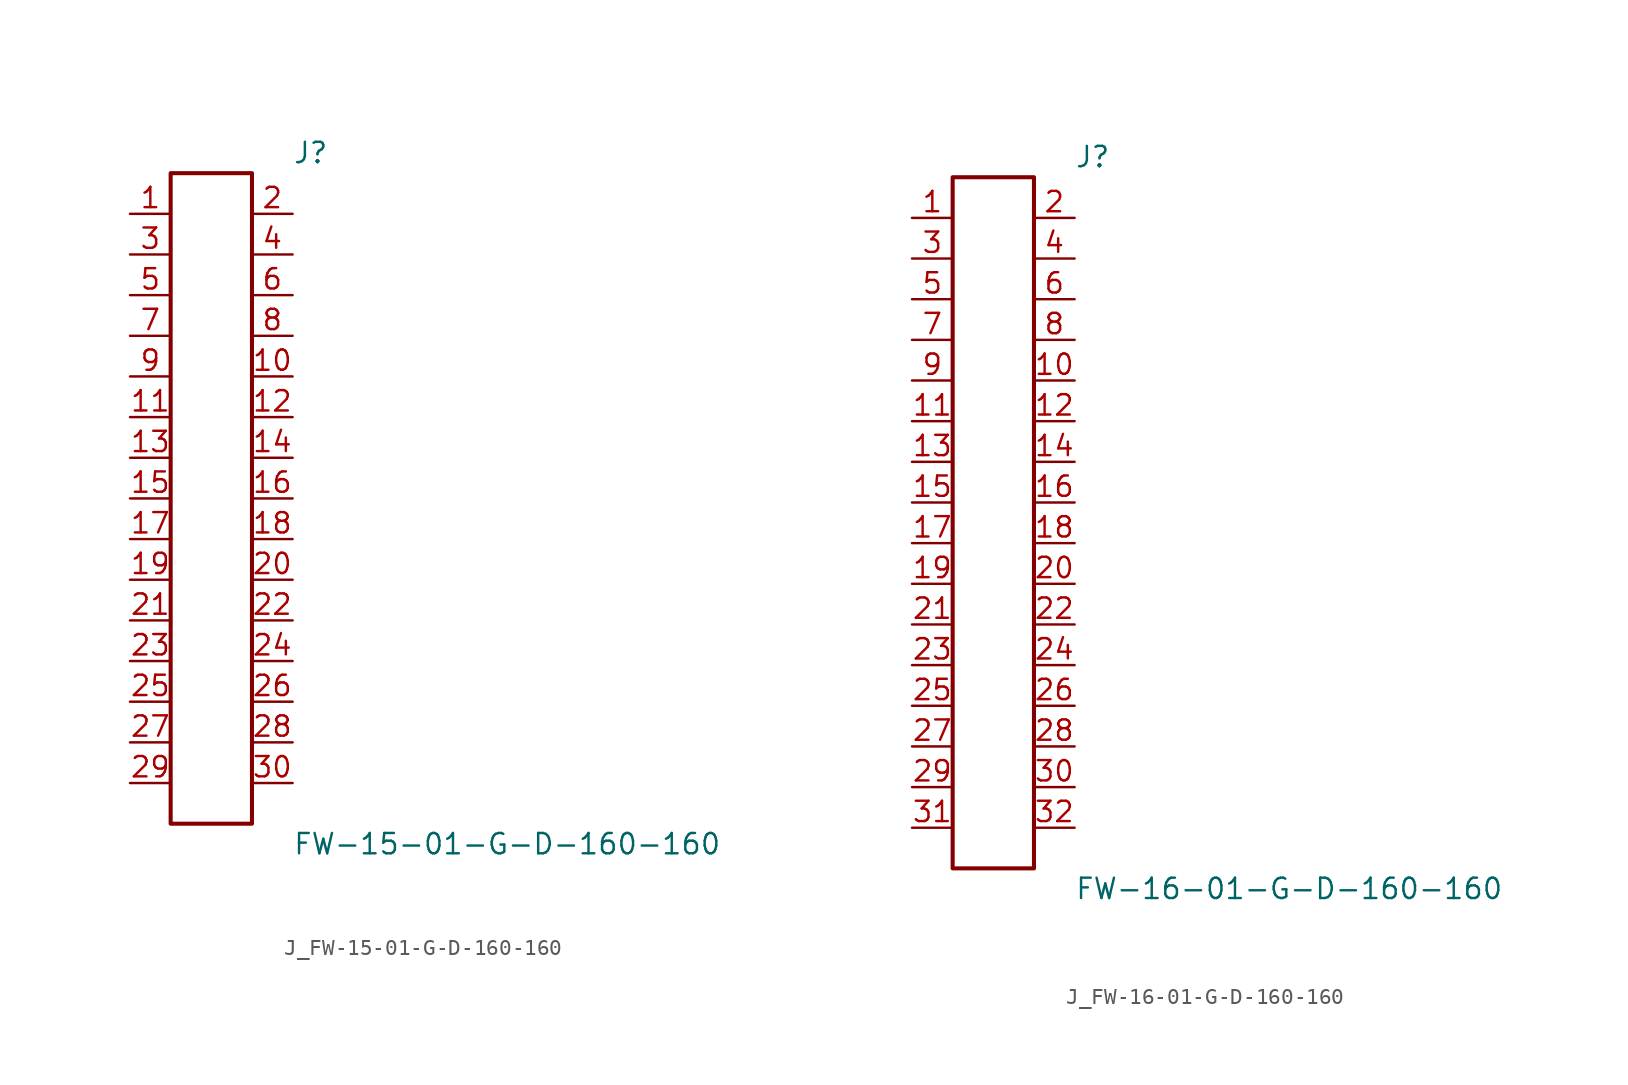
<source format=kicad_sym>
(kicad_symbol_lib
  (version 20231120)
  (generator kicad_symbol_editor)
  (generator_version 8.0)
  (symbol "J_FW-15-01-G-D-160-160"
    (pin_names
      (offset 0.254))
    (property "Reference" "J"
      (at 5.08 21.59 0)
      (effects (font (size 1.27 1.27)) (justify left)))
    (property "Value" "FW-15-01-G-D-160-160"
      (at 5.08 -21.59 0)
      (effects (font (size 1.27 1.27)) (justify left)))
    (symbol "J_FW-15-01-G-D-160-160_0_0"
      (pin unspecified line (at -5.08 17.78 0) (length 2.54) (name "" (effects (font (size 1.27 1.27)))) (number "1" (effects (font (size 1.27 1.27)))))
      (pin unspecified line (at 5.08 17.78 180) (length 2.54) (name "" (effects (font (size 1.27 1.27)))) (number "2" (effects (font (size 1.27 1.27)))))
      (pin unspecified line (at -5.08 15.24 0) (length 2.54) (name "" (effects (font (size 1.27 1.27)))) (number "3" (effects (font (size 1.27 1.27)))))
      (pin unspecified line (at 5.08 15.24 180) (length 2.54) (name "" (effects (font (size 1.27 1.27)))) (number "4" (effects (font (size 1.27 1.27)))))
      (pin unspecified line (at -5.08 12.7 0) (length 2.54) (name "" (effects (font (size 1.27 1.27)))) (number "5" (effects (font (size 1.27 1.27)))))
      (pin unspecified line (at 5.08 12.7 180) (length 2.54) (name "" (effects (font (size 1.27 1.27)))) (number "6" (effects (font (size 1.27 1.27)))))
      (pin unspecified line (at -5.08 10.16 0) (length 2.54) (name "" (effects (font (size 1.27 1.27)))) (number "7" (effects (font (size 1.27 1.27)))))
      (pin unspecified line (at 5.08 10.16 180) (length 2.54) (name "" (effects (font (size 1.27 1.27)))) (number "8" (effects (font (size 1.27 1.27)))))
      (pin unspecified line (at -5.08 7.62 0) (length 2.54) (name "" (effects (font (size 1.27 1.27)))) (number "9" (effects (font (size 1.27 1.27)))))
      (pin unspecified line (at 5.08 7.62 180) (length 2.54) (name "" (effects (font (size 1.27 1.27)))) (number "10" (effects (font (size 1.27 1.27)))))
      (pin unspecified line (at -5.08 5.08 0) (length 2.54) (name "" (effects (font (size 1.27 1.27)))) (number "11" (effects (font (size 1.27 1.27)))))
      (pin unspecified line (at 5.08 5.08 180) (length 2.54) (name "" (effects (font (size 1.27 1.27)))) (number "12" (effects (font (size 1.27 1.27)))))
      (pin unspecified line (at -5.08 2.54 0) (length 2.54) (name "" (effects (font (size 1.27 1.27)))) (number "13" (effects (font (size 1.27 1.27)))))
      (pin unspecified line (at 5.08 2.54 180) (length 2.54) (name "" (effects (font (size 1.27 1.27)))) (number "14" (effects (font (size 1.27 1.27)))))
      (pin unspecified line (at -5.08 0.0 0) (length 2.54) (name "" (effects (font (size 1.27 1.27)))) (number "15" (effects (font (size 1.27 1.27)))))
      (pin unspecified line (at 5.08 0.0 180) (length 2.54) (name "" (effects (font (size 1.27 1.27)))) (number "16" (effects (font (size 1.27 1.27)))))
      (pin unspecified line (at -5.08 -2.54 0) (length 2.54) (name "" (effects (font (size 1.27 1.27)))) (number "17" (effects (font (size 1.27 1.27)))))
      (pin unspecified line (at 5.08 -2.54 180) (length 2.54) (name "" (effects (font (size 1.27 1.27)))) (number "18" (effects (font (size 1.27 1.27)))))
      (pin unspecified line (at -5.08 -5.08 0) (length 2.54) (name "" (effects (font (size 1.27 1.27)))) (number "19" (effects (font (size 1.27 1.27)))))
      (pin unspecified line (at 5.08 -5.08 180) (length 2.54) (name "" (effects (font (size 1.27 1.27)))) (number "20" (effects (font (size 1.27 1.27)))))
      (pin unspecified line (at -5.08 -7.62 0) (length 2.54) (name "" (effects (font (size 1.27 1.27)))) (number "21" (effects (font (size 1.27 1.27)))))
      (pin unspecified line (at 5.08 -7.62 180) (length 2.54) (name "" (effects (font (size 1.27 1.27)))) (number "22" (effects (font (size 1.27 1.27)))))
      (pin unspecified line (at -5.08 -10.16 0) (length 2.54) (name "" (effects (font (size 1.27 1.27)))) (number "23" (effects (font (size 1.27 1.27)))))
      (pin unspecified line (at 5.08 -10.16 180) (length 2.54) (name "" (effects (font (size 1.27 1.27)))) (number "24" (effects (font (size 1.27 1.27)))))
      (pin unspecified line (at -5.08 -12.7 0) (length 2.54) (name "" (effects (font (size 1.27 1.27)))) (number "25" (effects (font (size 1.27 1.27)))))
      (pin unspecified line (at 5.08 -12.7 180) (length 2.54) (name "" (effects (font (size 1.27 1.27)))) (number "26" (effects (font (size 1.27 1.27)))))
      (pin unspecified line (at -5.08 -15.24 0) (length 2.54) (name "" (effects (font (size 1.27 1.27)))) (number "27" (effects (font (size 1.27 1.27)))))
      (pin unspecified line (at 5.08 -15.24 180) (length 2.54) (name "" (effects (font (size 1.27 1.27)))) (number "28" (effects (font (size 1.27 1.27)))))
      (pin unspecified line (at -5.08 -17.78 0) (length 2.54) (name "" (effects (font (size 1.27 1.27)))) (number "29" (effects (font (size 1.27 1.27)))))
      (pin unspecified line (at 5.08 -17.78 180) (length 2.54) (name "" (effects (font (size 1.27 1.27)))) (number "30" (effects (font (size 1.27 1.27))))))
    (symbol "J_FW-15-01-G-D-160-160_1_0"
      (rectangle (start -2.54 20.32) (end 2.54 -20.32) (stroke (width 0.254) (type solid)) (fill (type none)))))
  (symbol "J_FW-16-01-G-D-160-160"
    (pin_names
      (offset 0.254))
    (property "Reference" "J"
      (at 5.08 22.86 0)
      (effects (font (size 1.27 1.27)) (justify left)))
    (property "Value" "FW-16-01-G-D-160-160"
      (at 5.08 -22.86 0)
      (effects (font (size 1.27 1.27)) (justify left)))
    (symbol "J_FW-16-01-G-D-160-160_0_0"
      (pin unspecified line (at -5.08 19.05 0) (length 2.54) (name "" (effects (font (size 1.27 1.27)))) (number "1" (effects (font (size 1.27 1.27)))))
      (pin unspecified line (at 5.08 19.05 180) (length 2.54) (name "" (effects (font (size 1.27 1.27)))) (number "2" (effects (font (size 1.27 1.27)))))
      (pin unspecified line (at -5.08 16.51 0) (length 2.54) (name "" (effects (font (size 1.27 1.27)))) (number "3" (effects (font (size 1.27 1.27)))))
      (pin unspecified line (at 5.08 16.51 180) (length 2.54) (name "" (effects (font (size 1.27 1.27)))) (number "4" (effects (font (size 1.27 1.27)))))
      (pin unspecified line (at -5.08 13.97 0) (length 2.54) (name "" (effects (font (size 1.27 1.27)))) (number "5" (effects (font (size 1.27 1.27)))))
      (pin unspecified line (at 5.08 13.97 180) (length 2.54) (name "" (effects (font (size 1.27 1.27)))) (number "6" (effects (font (size 1.27 1.27)))))
      (pin unspecified line (at -5.08 11.43 0) (length 2.54) (name "" (effects (font (size 1.27 1.27)))) (number "7" (effects (font (size 1.27 1.27)))))
      (pin unspecified line (at 5.08 11.43 180) (length 2.54) (name "" (effects (font (size 1.27 1.27)))) (number "8" (effects (font (size 1.27 1.27)))))
      (pin unspecified line (at -5.08 8.89 0) (length 2.54) (name "" (effects (font (size 1.27 1.27)))) (number "9" (effects (font (size 1.27 1.27)))))
      (pin unspecified line (at 5.08 8.89 180) (length 2.54) (name "" (effects (font (size 1.27 1.27)))) (number "10" (effects (font (size 1.27 1.27)))))
      (pin unspecified line (at -5.08 6.35 0) (length 2.54) (name "" (effects (font (size 1.27 1.27)))) (number "11" (effects (font (size 1.27 1.27)))))
      (pin unspecified line (at 5.08 6.35 180) (length 2.54) (name "" (effects (font (size 1.27 1.27)))) (number "12" (effects (font (size 1.27 1.27)))))
      (pin unspecified line (at -5.08 3.81 0) (length 2.54) (name "" (effects (font (size 1.27 1.27)))) (number "13" (effects (font (size 1.27 1.27)))))
      (pin unspecified line (at 5.08 3.81 180) (length 2.54) (name "" (effects (font (size 1.27 1.27)))) (number "14" (effects (font (size 1.27 1.27)))))
      (pin unspecified line (at -5.08 1.27 0) (length 2.54) (name "" (effects (font (size 1.27 1.27)))) (number "15" (effects (font (size 1.27 1.27)))))
      (pin unspecified line (at 5.08 1.27 180) (length 2.54) (name "" (effects (font (size 1.27 1.27)))) (number "16" (effects (font (size 1.27 1.27)))))
      (pin unspecified line (at -5.08 -1.27 0) (length 2.54) (name "" (effects (font (size 1.27 1.27)))) (number "17" (effects (font (size 1.27 1.27)))))
      (pin unspecified line (at 5.08 -1.27 180) (length 2.54) (name "" (effects (font (size 1.27 1.27)))) (number "18" (effects (font (size 1.27 1.27)))))
      (pin unspecified line (at -5.08 -3.81 0) (length 2.54) (name "" (effects (font (size 1.27 1.27)))) (number "19" (effects (font (size 1.27 1.27)))))
      (pin unspecified line (at 5.08 -3.81 180) (length 2.54) (name "" (effects (font (size 1.27 1.27)))) (number "20" (effects (font (size 1.27 1.27)))))
      (pin unspecified line (at -5.08 -6.35 0) (length 2.54) (name "" (effects (font (size 1.27 1.27)))) (number "21" (effects (font (size 1.27 1.27)))))
      (pin unspecified line (at 5.08 -6.35 180) (length 2.54) (name "" (effects (font (size 1.27 1.27)))) (number "22" (effects (font (size 1.27 1.27)))))
      (pin unspecified line (at -5.08 -8.89 0) (length 2.54) (name "" (effects (font (size 1.27 1.27)))) (number "23" (effects (font (size 1.27 1.27)))))
      (pin unspecified line (at 5.08 -8.89 180) (length 2.54) (name "" (effects (font (size 1.27 1.27)))) (number "24" (effects (font (size 1.27 1.27)))))
      (pin unspecified line (at -5.08 -11.43 0) (length 2.54) (name "" (effects (font (size 1.27 1.27)))) (number "25" (effects (font (size 1.27 1.27)))))
      (pin unspecified line (at 5.08 -11.43 180) (length 2.54) (name "" (effects (font (size 1.27 1.27)))) (number "26" (effects (font (size 1.27 1.27)))))
      (pin unspecified line (at -5.08 -13.97 0) (length 2.54) (name "" (effects (font (size 1.27 1.27)))) (number "27" (effects (font (size 1.27 1.27)))))
      (pin unspecified line (at 5.08 -13.97 180) (length 2.54) (name "" (effects (font (size 1.27 1.27)))) (number "28" (effects (font (size 1.27 1.27)))))
      (pin unspecified line (at -5.08 -16.51 0) (length 2.54) (name "" (effects (font (size 1.27 1.27)))) (number "29" (effects (font (size 1.27 1.27)))))
      (pin unspecified line (at 5.08 -16.51 180) (length 2.54) (name "" (effects (font (size 1.27 1.27)))) (number "30" (effects (font (size 1.27 1.27)))))
      (pin unspecified line (at -5.08 -19.05 0) (length 2.54) (name "" (effects (font (size 1.27 1.27)))) (number "31" (effects (font (size 1.27 1.27)))))
      (pin unspecified line (at 5.08 -19.05 180) (length 2.54) (name "" (effects (font (size 1.27 1.27)))) (number "32" (effects (font (size 1.27 1.27))))))
    (symbol "J_FW-16-01-G-D-160-160_1_0"
      (rectangle (start -2.54 21.59) (end 2.54 -21.59) (stroke (width 0.254) (type solid)) (fill (type none))))))
</source>
